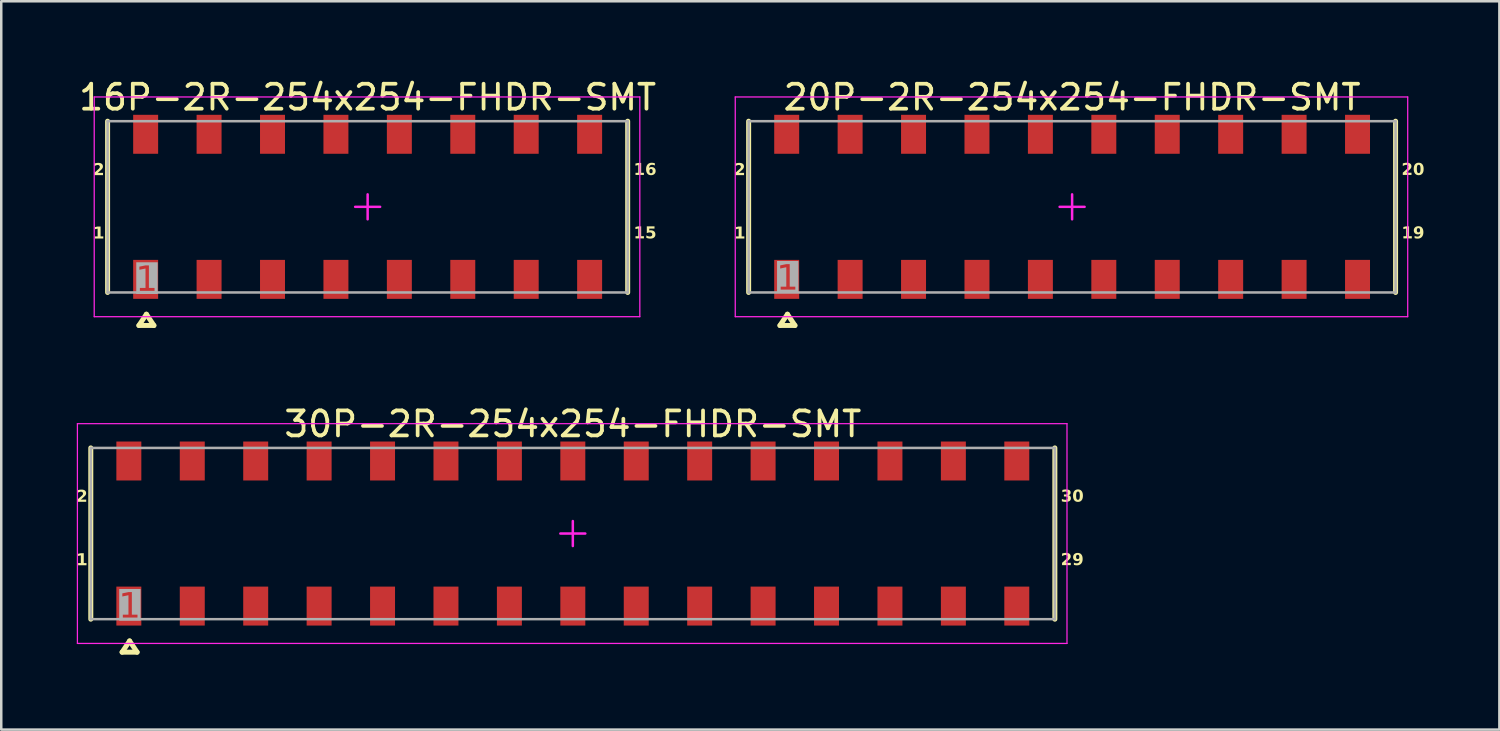
<source format=kicad_pcb>
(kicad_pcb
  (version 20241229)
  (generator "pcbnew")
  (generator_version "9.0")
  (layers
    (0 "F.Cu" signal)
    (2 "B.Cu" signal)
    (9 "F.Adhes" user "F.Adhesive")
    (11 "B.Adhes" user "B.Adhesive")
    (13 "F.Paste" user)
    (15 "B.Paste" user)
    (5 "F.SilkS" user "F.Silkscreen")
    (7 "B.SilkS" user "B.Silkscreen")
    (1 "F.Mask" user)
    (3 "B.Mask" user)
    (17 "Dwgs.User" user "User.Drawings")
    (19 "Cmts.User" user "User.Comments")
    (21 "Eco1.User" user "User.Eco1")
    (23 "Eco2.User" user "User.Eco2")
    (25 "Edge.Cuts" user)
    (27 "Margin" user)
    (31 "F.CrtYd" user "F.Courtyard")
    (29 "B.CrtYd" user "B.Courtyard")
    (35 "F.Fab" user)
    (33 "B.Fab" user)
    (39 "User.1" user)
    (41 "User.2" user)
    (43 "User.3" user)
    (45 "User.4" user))
  (footprint "16P-2R-254x254-FHDR-SMT"
    (layer "F.Cu")
    (at 11.673 5.233)
    (property "Reference" "16P-2R-254x254-FHDR-SMT" (at 0 -4.385 0) (layer "F.SilkS") (effects (font (size 1 1) (thickness 0.15))))
    (fp_line (start -10.414 3.429) (end -10.414 -3.429) (stroke (width 0.2) (type solid)) (layer "F.SilkS"))
    (fp_line (start -9.16 4.751) (end -8.86 4.301) (stroke (width 0.2) (type solid)) (layer "F.SilkS"))
    (fp_line (start -9.16 4.751) (end -8.56 4.751) (stroke (width 0.2) (type solid)) (layer "F.SilkS"))
    (fp_line (start -8.86 4.301) (end -8.56 4.751) (stroke (width 0.2) (type solid)) (layer "F.SilkS"))
    (fp_line (start 10.414 3.429) (end 10.414 -3.429) (stroke (width 0.2) (type solid)) (layer "F.SilkS"))
    (fp_line (start -10.95 -4.4) (end 10.9 -4.4) (stroke (width 0.05) (type solid)) (layer "F.CrtYd"))
    (fp_line (start -10.95 4.4) (end -10.95 -4.4) (stroke (width 0.05) (type solid)) (layer "F.CrtYd"))
    (fp_line (start -10.95 4.4) (end 10.9 4.4) (stroke (width 0.05) (type solid)) (layer "F.CrtYd"))
    (fp_line (start -0.5 0) (end 0.5 0) (stroke (width 0.1) (type solid)) (layer "F.CrtYd"))
    (fp_line (start 0 0.5) (end 0 -0.5) (stroke (width 0.1) (type solid)) (layer "F.CrtYd"))
    (fp_line (start 10.9 4.4) (end 10.9 -4.4) (stroke (width 0.05) (type solid)) (layer "F.CrtYd"))
    (fp_line (start -10.414 -3.429) (end 10.414 -3.429) (stroke (width 0.1) (type solid)) (layer "F.Fab"))
    (fp_line (start -10.414 3.429) (end -10.414 -3.429) (stroke (width 0.1) (type solid)) (layer "F.Fab"))
    (fp_line (start -10.414 3.429) (end 10.414 3.429) (stroke (width 0.1) (type solid)) (layer "F.Fab"))
    (fp_line (start 10.414 3.429) (end 10.414 -3.429) (stroke (width 0.1) (type solid)) (layer "F.Fab"))
    (fp_text user "15" (at 10.65 1.344 0) (unlocked yes) (layer "F.SilkS") (effects (font (face "Arial Black") (size 0.472 0.472) (thickness 0.1)) (justify left bottom)))
    (fp_text user "1" (at -11 1.35 0) (unlocked yes) (layer "F.SilkS") (effects (font (face "Arial Black") (size 0.472 0.472) (thickness 0.1)) (justify left bottom)))
    (fp_text user "16" (at 10.65 -1.196 0) (unlocked yes) (layer "F.SilkS") (effects (font (face "Arial Black") (size 0.472 0.472) (thickness 0.1)) (justify left bottom)))
    (fp_text user "2" (at -11 -1.19 0) (unlocked yes) (layer "F.SilkS") (effects (font (face "Arial Black") (size 0.472 0.472) (thickness 0.1)) (justify left bottom)))
    (fp_text user "1" (at -8.85 2.95 0) (unlocked yes) (layer "F.Fab" knockout) (effects (font (face "Arial") (size 1 1) (thickness 0.254))))
    (pad "1" smd rect (at -8.89 2.905 90) (size 1.56 1) (layers "F.Cu" "F.Mask" "F.Paste"))
    (pad "2" smd rect (at -8.89 -2.905 90) (size 1.56 1) (layers "F.Cu" "F.Mask" "F.Paste"))
    (pad "3" smd rect (at -6.35 2.905 90) (size 1.56 1) (layers "F.Cu" "F.Mask" "F.Paste"))
    (pad "4" smd rect (at -6.35 -2.905 90) (size 1.56 1) (layers "F.Cu" "F.Mask" "F.Paste"))
    (pad "5" smd rect (at -3.81 2.905 90) (size 1.56 1) (layers "F.Cu" "F.Mask" "F.Paste"))
    (pad "6" smd rect (at -3.81 -2.905 90) (size 1.56 1) (layers "F.Cu" "F.Mask" "F.Paste"))
    (pad "7" smd rect (at -1.27 2.905 90) (size 1.56 1) (layers "F.Cu" "F.Mask" "F.Paste"))
    (pad "8" smd rect (at -1.27 -2.905 90) (size 1.56 1) (layers "F.Cu" "F.Mask" "F.Paste"))
    (pad "9" smd rect (at 1.27 2.905 90) (size 1.56 1) (layers "F.Cu" "F.Mask" "F.Paste"))
    (pad "10" smd rect (at 1.27 -2.905 90) (size 1.56 1) (layers "F.Cu" "F.Mask" "F.Paste"))
    (pad "11" smd rect (at 3.81 2.905 90) (size 1.56 1) (layers "F.Cu" "F.Mask" "F.Paste"))
    (pad "12" smd rect (at 3.81 -2.905 90) (size 1.56 1) (layers "F.Cu" "F.Mask" "F.Paste"))
    (pad "13" smd rect (at 6.35 2.905 90) (size 1.56 1) (layers "F.Cu" "F.Mask" "F.Paste"))
    (pad "14" smd rect (at 6.35 -2.905 90) (size 1.56 1) (layers "F.Cu" "F.Mask" "F.Paste"))
    (pad "15" smd rect (at 8.89 2.905 90) (size 1.56 1) (layers "F.Cu" "F.Mask" "F.Paste"))
    (pad "16" smd rect (at 8.89 -2.905 90) (size 1.56 1) (layers "F.Cu" "F.Mask" "F.Paste")))
  (footprint "20P-2R-254x254-FHDR-SMT"
    (layer "F.Cu")
    (at 39.885 5.233)
    (property "Reference" "20P-2R-254x254-FHDR-SMT" (at 0 -4.385 0) (layer "F.SilkS") (effects (font (size 1 1) (thickness 0.15))))
    (fp_line (start -12.954 3.429) (end -12.954 -3.429) (stroke (width 0.2) (type solid)) (layer "F.SilkS"))
    (fp_line (start -11.7 4.751) (end -11.4 4.301) (stroke (width 0.2) (type solid)) (layer "F.SilkS"))
    (fp_line (start -11.7 4.751) (end -11.1 4.751) (stroke (width 0.2) (type solid)) (layer "F.SilkS"))
    (fp_line (start -11.4 4.301) (end -11.1 4.751) (stroke (width 0.2) (type solid)) (layer "F.SilkS"))
    (fp_line (start 12.954 3.429) (end 12.954 -3.429) (stroke (width 0.2) (type solid)) (layer "F.SilkS"))
    (fp_line (start -13.49 -4.4) (end 13.44 -4.4) (stroke (width 0.05) (type solid)) (layer "F.CrtYd"))
    (fp_line (start -13.49 4.4) (end -13.49 -4.4) (stroke (width 0.05) (type solid)) (layer "F.CrtYd"))
    (fp_line (start -13.49 4.4) (end 13.44 4.4) (stroke (width 0.05) (type solid)) (layer "F.CrtYd"))
    (fp_line (start -0.5 0) (end 0.5 0) (stroke (width 0.1) (type solid)) (layer "F.CrtYd"))
    (fp_line (start 0 0.5) (end 0 -0.5) (stroke (width 0.1) (type solid)) (layer "F.CrtYd"))
    (fp_line (start 13.44 4.4) (end 13.44 -4.4) (stroke (width 0.05) (type solid)) (layer "F.CrtYd"))
    (fp_line (start -12.954 -3.429) (end 12.954 -3.429) (stroke (width 0.1) (type solid)) (layer "F.Fab"))
    (fp_line (start -12.954 3.429) (end -12.954 -3.429) (stroke (width 0.1) (type solid)) (layer "F.Fab"))
    (fp_line (start -12.954 3.429) (end 12.954 3.429) (stroke (width 0.1) (type solid)) (layer "F.Fab"))
    (fp_line (start 12.954 3.429) (end 12.954 -3.429) (stroke (width 0.1) (type solid)) (layer "F.Fab"))
    (fp_text user "2" (at -13.54 -1.19 0) (unlocked yes) (layer "F.SilkS") (effects (font (face "Arial Black") (size 0.472 0.472) (thickness 0.1)) (justify left bottom)))
    (fp_text user "20" (at 13.19 -1.196 0) (unlocked yes) (layer "F.SilkS") (effects (font (face "Arial Black") (size 0.472 0.472) (thickness 0.1)) (justify left bottom)))
    (fp_text user "19" (at 13.19 1.344 0) (unlocked yes) (layer "F.SilkS") (effects (font (face "Arial Black") (size 0.472 0.472) (thickness 0.1)) (justify left bottom)))
    (fp_text user "1" (at -13.54 1.35 0) (unlocked yes) (layer "F.SilkS") (effects (font (face "Arial Black") (size 0.472 0.472) (thickness 0.1)) (justify left bottom)))
    (fp_text user "1" (at -11.4 2.9 0) (unlocked yes) (layer "F.Fab" knockout) (effects (font (face "Arial") (size 1 1) (thickness 0.254))))
    (pad "1" smd rect (at -11.43 2.905 90) (size 1.56 1) (layers "F.Cu" "F.Mask" "F.Paste"))
    (pad "2" smd rect (at -11.43 -2.905 90) (size 1.56 1) (layers "F.Cu" "F.Mask" "F.Paste"))
    (pad "3" smd rect (at -8.89 2.905 90) (size 1.56 1) (layers "F.Cu" "F.Mask" "F.Paste"))
    (pad "4" smd rect (at -8.89 -2.905 90) (size 1.56 1) (layers "F.Cu" "F.Mask" "F.Paste"))
    (pad "5" smd rect (at -6.35 2.905 90) (size 1.56 1) (layers "F.Cu" "F.Mask" "F.Paste"))
    (pad "6" smd rect (at -6.35 -2.905 90) (size 1.56 1) (layers "F.Cu" "F.Mask" "F.Paste"))
    (pad "7" smd rect (at -3.81 2.905 90) (size 1.56 1) (layers "F.Cu" "F.Mask" "F.Paste"))
    (pad "8" smd rect (at -3.81 -2.905 90) (size 1.56 1) (layers "F.Cu" "F.Mask" "F.Paste"))
    (pad "9" smd rect (at -1.27 2.905 90) (size 1.56 1) (layers "F.Cu" "F.Mask" "F.Paste"))
    (pad "10" smd rect (at -1.27 -2.905 90) (size 1.56 1) (layers "F.Cu" "F.Mask" "F.Paste"))
    (pad "11" smd rect (at 1.27 2.905 90) (size 1.56 1) (layers "F.Cu" "F.Mask" "F.Paste"))
    (pad "12" smd rect (at 1.27 -2.905 90) (size 1.56 1) (layers "F.Cu" "F.Mask" "F.Paste"))
    (pad "13" smd rect (at 3.81 2.905 90) (size 1.56 1) (layers "F.Cu" "F.Mask" "F.Paste"))
    (pad "14" smd rect (at 3.81 -2.905 90) (size 1.56 1) (layers "F.Cu" "F.Mask" "F.Paste"))
    (pad "15" smd rect (at 6.35 2.905 90) (size 1.56 1) (layers "F.Cu" "F.Mask" "F.Paste"))
    (pad "16" smd rect (at 6.35 -2.905 90) (size 1.56 1) (layers "F.Cu" "F.Mask" "F.Paste"))
    (pad "17" smd rect (at 8.89 2.905 90) (size 1.56 1) (layers "F.Cu" "F.Mask" "F.Paste"))
    (pad "18" smd rect (at 8.89 -2.905 90) (size 1.56 1) (layers "F.Cu" "F.Mask" "F.Paste"))
    (pad "19" smd rect (at 11.43 2.905 90) (size 1.56 1) (layers "F.Cu" "F.Mask" "F.Paste"))
    (pad "20" smd rect (at 11.43 -2.905 90) (size 1.56 1) (layers "F.Cu" "F.Mask" "F.Paste")))
  (footprint "30P-2R-254x254-FHDR-SMT"
    (layer "F.Cu")
    (at 19.89 18.317)
    (property "Reference" "30P-2R-254x254-FHDR-SMT" (at 0 -4.385 0) (layer "F.SilkS") (effects (font (size 1 1) (thickness 0.15))))
    (fp_line (start -19.304 3.429) (end -19.304 -3.429) (stroke (width 0.2) (type solid)) (layer "F.SilkS"))
    (fp_line (start -18.05 4.751) (end -17.75 4.301) (stroke (width 0.2) (type solid)) (layer "F.SilkS"))
    (fp_line (start -18.05 4.751) (end -17.45 4.751) (stroke (width 0.2) (type solid)) (layer "F.SilkS"))
    (fp_line (start -17.75 4.301) (end -17.45 4.751) (stroke (width 0.2) (type solid)) (layer "F.SilkS"))
    (fp_line (start 19.304 3.429) (end 19.304 -3.429) (stroke (width 0.2) (type solid)) (layer "F.SilkS"))
    (fp_line (start -19.84 -4.4) (end 19.79 -4.4) (stroke (width 0.05) (type solid)) (layer "F.CrtYd"))
    (fp_line (start -19.84 4.4) (end -19.84 -4.4) (stroke (width 0.05) (type solid)) (layer "F.CrtYd"))
    (fp_line (start -19.84 4.4) (end 19.79 4.4) (stroke (width 0.05) (type solid)) (layer "F.CrtYd"))
    (fp_line (start -0.5 0) (end 0.5 0) (stroke (width 0.1) (type solid)) (layer "F.CrtYd"))
    (fp_line (start 0 0.5) (end 0 -0.5) (stroke (width 0.1) (type solid)) (layer "F.CrtYd"))
    (fp_line (start 19.79 4.4) (end 19.79 -4.4) (stroke (width 0.05) (type solid)) (layer "F.CrtYd"))
    (fp_line (start -19.304 -3.429) (end 19.304 -3.429) (stroke (width 0.1) (type solid)) (layer "F.Fab"))
    (fp_line (start -19.304 3.429) (end -19.304 -3.429) (stroke (width 0.1) (type solid)) (layer "F.Fab"))
    (fp_line (start -19.304 3.429) (end 19.304 3.429) (stroke (width 0.1) (type solid)) (layer "F.Fab"))
    (fp_line (start 19.304 3.429) (end 19.304 -3.429) (stroke (width 0.1) (type solid)) (layer "F.Fab"))
    (fp_text user "30" (at 19.54 -1.196 0) (unlocked yes) (layer "F.SilkS") (effects (font (face "Arial Black") (size 0.472 0.472) (thickness 0.1)) (justify left bottom)))
    (fp_text user "2" (at -19.89 -1.19 0) (unlocked yes) (layer "F.SilkS") (effects (font (face "Arial Black") (size 0.472 0.472) (thickness 0.1)) (justify left bottom)))
    (fp_text user "29" (at 19.54 1.344 0) (unlocked yes) (layer "F.SilkS") (effects (font (face "Arial Black") (size 0.472 0.472) (thickness 0.1)) (justify left bottom)))
    (fp_text user "1" (at -19.89 1.35 0) (unlocked yes) (layer "F.SilkS") (effects (font (face "Arial Black") (size 0.472 0.472) (thickness 0.1)) (justify left bottom)))
    (fp_text user "1" (at -17.75 2.95 0) (unlocked yes) (layer "F.Fab" knockout) (effects (font (face "Arial") (size 1 1) (thickness 0.254))))
    (pad "1" smd rect (at -17.78 2.905 90) (size 1.56 1) (layers "F.Cu" "F.Mask" "F.Paste"))
    (pad "2" smd rect (at -17.78 -2.905 90) (size 1.56 1) (layers "F.Cu" "F.Mask" "F.Paste"))
    (pad "3" smd rect (at -15.24 2.905 90) (size 1.56 1) (layers "F.Cu" "F.Mask" "F.Paste"))
    (pad "4" smd rect (at -15.24 -2.905 90) (size 1.56 1) (layers "F.Cu" "F.Mask" "F.Paste"))
    (pad "5" smd rect (at -12.7 2.905 90) (size 1.56 1) (layers "F.Cu" "F.Mask" "F.Paste"))
    (pad "6" smd rect (at -12.7 -2.905 90) (size 1.56 1) (layers "F.Cu" "F.Mask" "F.Paste"))
    (pad "7" smd rect (at -10.16 2.905 90) (size 1.56 1) (layers "F.Cu" "F.Mask" "F.Paste"))
    (pad "8" smd rect (at -10.16 -2.905 90) (size 1.56 1) (layers "F.Cu" "F.Mask" "F.Paste"))
    (pad "9" smd rect (at -7.62 2.905 90) (size 1.56 1) (layers "F.Cu" "F.Mask" "F.Paste"))
    (pad "10" smd rect (at -7.62 -2.905 90) (size 1.56 1) (layers "F.Cu" "F.Mask" "F.Paste"))
    (pad "11" smd rect (at -5.08 2.905 90) (size 1.56 1) (layers "F.Cu" "F.Mask" "F.Paste"))
    (pad "12" smd rect (at -5.08 -2.905 90) (size 1.56 1) (layers "F.Cu" "F.Mask" "F.Paste"))
    (pad "13" smd rect (at -2.54 2.905 90) (size 1.56 1) (layers "F.Cu" "F.Mask" "F.Paste"))
    (pad "14" smd rect (at -2.54 -2.905 90) (size 1.56 1) (layers "F.Cu" "F.Mask" "F.Paste"))
    (pad "15" smd rect (at 0 2.905 90) (size 1.56 1) (layers "F.Cu" "F.Mask" "F.Paste"))
    (pad "16" smd rect (at 0 -2.905 90) (size 1.56 1) (layers "F.Cu" "F.Mask" "F.Paste"))
    (pad "17" smd rect (at 2.54 2.905 90) (size 1.56 1) (layers "F.Cu" "F.Mask" "F.Paste"))
    (pad "18" smd rect (at 2.54 -2.905 90) (size 1.56 1) (layers "F.Cu" "F.Mask" "F.Paste"))
    (pad "19" smd rect (at 5.08 2.905 90) (size 1.56 1) (layers "F.Cu" "F.Mask" "F.Paste"))
    (pad "20" smd rect (at 5.08 -2.905 90) (size 1.56 1) (layers "F.Cu" "F.Mask" "F.Paste"))
    (pad "21" smd rect (at 7.62 2.905 90) (size 1.56 1) (layers "F.Cu" "F.Mask" "F.Paste"))
    (pad "22" smd rect (at 7.62 -2.905 90) (size 1.56 1) (layers "F.Cu" "F.Mask" "F.Paste"))
    (pad "23" smd rect (at 10.16 2.905 90) (size 1.56 1) (layers "F.Cu" "F.Mask" "F.Paste"))
    (pad "24" smd rect (at 10.16 -2.905 90) (size 1.56 1) (layers "F.Cu" "F.Mask" "F.Paste"))
    (pad "25" smd rect (at 12.7 2.905 90) (size 1.56 1) (layers "F.Cu" "F.Mask" "F.Paste"))
    (pad "26" smd rect (at 12.7 -2.905 90) (size 1.56 1) (layers "F.Cu" "F.Mask" "F.Paste"))
    (pad "27" smd rect (at 15.24 2.905 90) (size 1.56 1) (layers "F.Cu" "F.Mask" "F.Paste"))
    (pad "28" smd rect (at 15.24 -2.905 90) (size 1.56 1) (layers "F.Cu" "F.Mask" "F.Paste"))
    (pad "29" smd rect (at 17.78 2.905 90) (size 1.56 1) (layers "F.Cu" "F.Mask" "F.Paste"))
    (pad "30" smd rect (at 17.78 -2.905 90) (size 1.56 1) (layers "F.Cu" "F.Mask" "F.Paste")))
  (gr_rect
    (start -3 -3)
    (end 56.996 26.169)
    (stroke (width 0.1) (type default))
    (fill no)
    (layer "Edge.Cuts")))
</source>
